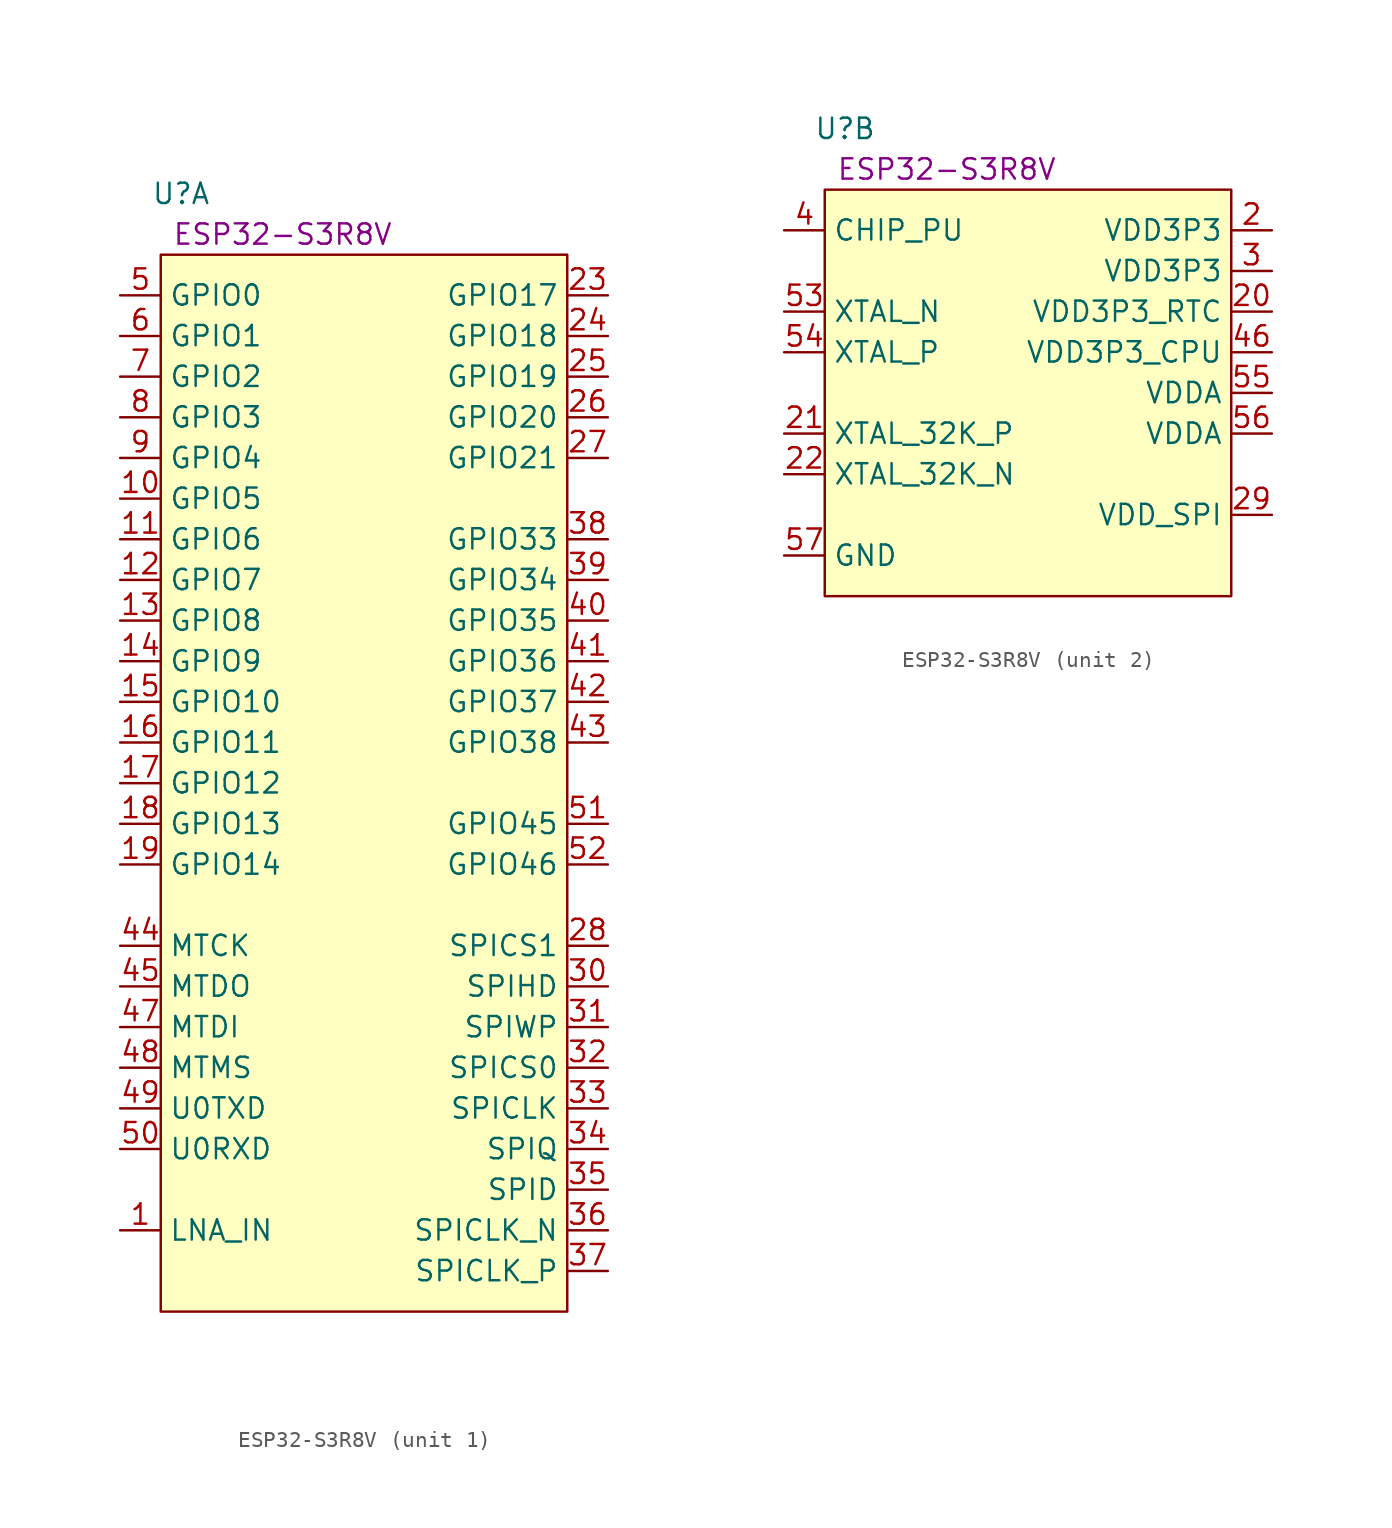
<source format=kicad_sym>
(kicad_symbol_lib
  (version 20211014)
  (generator kicad_symbol_editor)
  (symbol "ESP32-S3R8V"
    (property "Reference" "U"
      (at 3.81 6.35 0)
      (effects (font (size 1.27 1.27))))
    (property "P/N" "ESP32-S3R8V"
      (at 10.16 3.81 0)
      (effects (font (size 1.27 1.27))))
    (property "ki_locked" ""
      (at 0 0 0)
      (effects (font (size 1.27 1.27))))
    (symbol "ESP32-S3R8V_1_1"
      (rectangle (start 2.54 2.54) (end 27.94 -63.5) (stroke (width 0) (type default) (color 0 0 0 0)) (fill (type background)))
      (pin bidirectional line (at 0 -58.42 0) (length 2.54) (name "LNA_IN" (effects (font (size 1.27 1.27)))) (number "1" (effects (font (size 1.27 1.27)))))
      (pin bidirectional line (at 0 -12.7 0) (length 2.54) (name "GPIO5" (effects (font (size 1.27 1.27)))) (number "10" (effects (font (size 1.27 1.27)))))
      (pin bidirectional line (at 0 -15.24 0) (length 2.54) (name "GPIO6" (effects (font (size 1.27 1.27)))) (number "11" (effects (font (size 1.27 1.27)))))
      (pin bidirectional line (at 0 -17.78 0) (length 2.54) (name "GPIO7" (effects (font (size 1.27 1.27)))) (number "12" (effects (font (size 1.27 1.27)))))
      (pin bidirectional line (at 0 -20.32 0) (length 2.54) (name "GPIO8" (effects (font (size 1.27 1.27)))) (number "13" (effects (font (size 1.27 1.27)))))
      (pin bidirectional line (at 0 -22.86 0) (length 2.54) (name "GPIO9" (effects (font (size 1.27 1.27)))) (number "14" (effects (font (size 1.27 1.27)))))
      (pin bidirectional line (at 0 -25.4 0) (length 2.54) (name "GPIO10" (effects (font (size 1.27 1.27)))) (number "15" (effects (font (size 1.27 1.27)))))
      (pin bidirectional line (at 0 -27.94 0) (length 2.54) (name "GPIO11" (effects (font (size 1.27 1.27)))) (number "16" (effects (font (size 1.27 1.27)))))
      (pin bidirectional line (at 0 -30.48 0) (length 2.54) (name "GPIO12" (effects (font (size 1.27 1.27)))) (number "17" (effects (font (size 1.27 1.27)))))
      (pin bidirectional line (at 0 -33.02 0) (length 2.54) (name "GPIO13" (effects (font (size 1.27 1.27)))) (number "18" (effects (font (size 1.27 1.27)))))
      (pin bidirectional line (at 0 -35.56 0) (length 2.54) (name "GPIO14" (effects (font (size 1.27 1.27)))) (number "19" (effects (font (size 1.27 1.27)))))
      (pin bidirectional line (at 30.48 0 180) (length 2.54) (name "GPIO17" (effects (font (size 1.27 1.27)))) (number "23" (effects (font (size 1.27 1.27)))))
      (pin bidirectional line (at 30.48 -2.54 180) (length 2.54) (name "GPIO18" (effects (font (size 1.27 1.27)))) (number "24" (effects (font (size 1.27 1.27)))))
      (pin bidirectional line (at 30.48 -5.08 180) (length 2.54) (name "GPIO19" (effects (font (size 1.27 1.27)))) (number "25" (effects (font (size 1.27 1.27)))))
      (pin bidirectional line (at 30.48 -7.62 180) (length 2.54) (name "GPIO20" (effects (font (size 1.27 1.27)))) (number "26" (effects (font (size 1.27 1.27)))))
      (pin bidirectional line (at 30.48 -10.16 180) (length 2.54) (name "GPIO21" (effects (font (size 1.27 1.27)))) (number "27" (effects (font (size 1.27 1.27)))))
      (pin bidirectional line (at 30.48 -40.64 180) (length 2.54) (name "SPICS1" (effects (font (size 1.27 1.27)))) (number "28" (effects (font (size 1.27 1.27)))))
      (pin bidirectional line (at 30.48 -43.18 180) (length 2.54) (name "SPIHD" (effects (font (size 1.27 1.27)))) (number "30" (effects (font (size 1.27 1.27)))))
      (pin bidirectional line (at 30.48 -45.72 180) (length 2.54) (name "SPIWP" (effects (font (size 1.27 1.27)))) (number "31" (effects (font (size 1.27 1.27)))))
      (pin bidirectional line (at 30.48 -48.26 180) (length 2.54) (name "SPICS0" (effects (font (size 1.27 1.27)))) (number "32" (effects (font (size 1.27 1.27)))))
      (pin bidirectional line (at 30.48 -50.8 180) (length 2.54) (name "SPICLK" (effects (font (size 1.27 1.27)))) (number "33" (effects (font (size 1.27 1.27)))))
      (pin bidirectional line (at 30.48 -53.34 180) (length 2.54) (name "SPIQ" (effects (font (size 1.27 1.27)))) (number "34" (effects (font (size 1.27 1.27)))))
      (pin bidirectional line (at 30.48 -55.88 180) (length 2.54) (name "SPID" (effects (font (size 1.27 1.27)))) (number "35" (effects (font (size 1.27 1.27)))))
      (pin bidirectional line (at 30.48 -58.42 180) (length 2.54) (name "SPICLK_N" (effects (font (size 1.27 1.27)))) (number "36" (effects (font (size 1.27 1.27)))))
      (pin bidirectional line (at 30.48 -60.96 180) (length 2.54) (name "SPICLK_P" (effects (font (size 1.27 1.27)))) (number "37" (effects (font (size 1.27 1.27)))))
      (pin bidirectional line (at 30.48 -15.24 180) (length 2.54) (name "GPIO33" (effects (font (size 1.27 1.27)))) (number "38" (effects (font (size 1.27 1.27)))))
      (pin bidirectional line (at 30.48 -17.78 180) (length 2.54) (name "GPIO34" (effects (font (size 1.27 1.27)))) (number "39" (effects (font (size 1.27 1.27)))))
      (pin bidirectional line (at 30.48 -20.32 180) (length 2.54) (name "GPIO35" (effects (font (size 1.27 1.27)))) (number "40" (effects (font (size 1.27 1.27)))))
      (pin bidirectional line (at 30.48 -22.86 180) (length 2.54) (name "GPIO36" (effects (font (size 1.27 1.27)))) (number "41" (effects (font (size 1.27 1.27)))))
      (pin bidirectional line (at 30.48 -25.4 180) (length 2.54) (name "GPIO37" (effects (font (size 1.27 1.27)))) (number "42" (effects (font (size 1.27 1.27)))))
      (pin bidirectional line (at 30.48 -27.94 180) (length 2.54) (name "GPIO38" (effects (font (size 1.27 1.27)))) (number "43" (effects (font (size 1.27 1.27)))))
      (pin bidirectional line (at 0 -40.64 0) (length 2.54) (name "MTCK" (effects (font (size 1.27 1.27)))) (number "44" (effects (font (size 1.27 1.27)))))
      (pin bidirectional line (at 0 -43.18 0) (length 2.54) (name "MTDO" (effects (font (size 1.27 1.27)))) (number "45" (effects (font (size 1.27 1.27)))))
      (pin bidirectional line (at 0 -45.72 0) (length 2.54) (name "MTDI" (effects (font (size 1.27 1.27)))) (number "47" (effects (font (size 1.27 1.27)))))
      (pin bidirectional line (at 0 -48.26 0) (length 2.54) (name "MTMS" (effects (font (size 1.27 1.27)))) (number "48" (effects (font (size 1.27 1.27)))))
      (pin bidirectional line (at 0 -50.8 0) (length 2.54) (name "U0TXD" (effects (font (size 1.27 1.27)))) (number "49" (effects (font (size 1.27 1.27)))))
      (pin bidirectional line (at 0 0 0) (length 2.54) (name "GPIO0" (effects (font (size 1.27 1.27)))) (number "5" (effects (font (size 1.27 1.27)))))
      (pin bidirectional line (at 0 -53.34 0) (length 2.54) (name "U0RXD" (effects (font (size 1.27 1.27)))) (number "50" (effects (font (size 1.27 1.27)))))
      (pin bidirectional line (at 30.48 -33.02 180) (length 2.54) (name "GPIO45" (effects (font (size 1.27 1.27)))) (number "51" (effects (font (size 1.27 1.27)))))
      (pin bidirectional line (at 30.48 -35.56 180) (length 2.54) (name "GPIO46" (effects (font (size 1.27 1.27)))) (number "52" (effects (font (size 1.27 1.27)))))
      (pin bidirectional line (at 0 -2.54 0) (length 2.54) (name "GPIO1" (effects (font (size 1.27 1.27)))) (number "6" (effects (font (size 1.27 1.27)))))
      (pin bidirectional line (at 0 -5.08 0) (length 2.54) (name "GPIO2" (effects (font (size 1.27 1.27)))) (number "7" (effects (font (size 1.27 1.27)))))
      (pin bidirectional line (at 0 -7.62 0) (length 2.54) (name "GPIO3" (effects (font (size 1.27 1.27)))) (number "8" (effects (font (size 1.27 1.27)))))
      (pin bidirectional line (at 0 -10.16 0) (length 2.54) (name "GPIO4" (effects (font (size 1.27 1.27)))) (number "9" (effects (font (size 1.27 1.27))))))
    (symbol "ESP32-S3R8V_2_1"
      (rectangle (start 2.54 2.54) (end 27.94 -22.86) (stroke (width 0) (type default) (color 0 0 0 0)) (fill (type background)))
      (pin power_in line (at 30.48 0 180) (length 2.54) (name "VDD3P3" (effects (font (size 1.27 1.27)))) (number "2" (effects (font (size 1.27 1.27)))))
      (pin power_in line (at 30.48 -5.08 180) (length 2.54) (name "VDD3P3_RTC" (effects (font (size 1.27 1.27)))) (number "20" (effects (font (size 1.27 1.27)))))
      (pin bidirectional line (at 0 -12.7 0) (length 2.54) (name "XTAL_32K_P" (effects (font (size 1.27 1.27)))) (number "21" (effects (font (size 1.27 1.27)))))
      (pin bidirectional line (at 0 -15.24 0) (length 2.54) (name "XTAL_32K_N" (effects (font (size 1.27 1.27)))) (number "22" (effects (font (size 1.27 1.27)))))
      (pin power_in line (at 30.48 -17.78 180) (length 2.54) (name "VDD_SPI" (effects (font (size 1.27 1.27)))) (number "29" (effects (font (size 1.27 1.27)))))
      (pin power_in line (at 30.48 -2.54 180) (length 2.54) (name "VDD3P3" (effects (font (size 1.27 1.27)))) (number "3" (effects (font (size 1.27 1.27)))))
      (pin input line (at 0 0 0) (length 2.54) (name "CHIP_PU" (effects (font (size 1.27 1.27)))) (number "4" (effects (font (size 1.27 1.27)))))
      (pin power_in line (at 30.48 -7.62 180) (length 2.54) (name "VDD3P3_CPU" (effects (font (size 1.27 1.27)))) (number "46" (effects (font (size 1.27 1.27)))))
      (pin bidirectional line (at 0 -5.08 0) (length 2.54) (name "XTAL_N" (effects (font (size 1.27 1.27)))) (number "53" (effects (font (size 1.27 1.27)))))
      (pin bidirectional line (at 0 -7.62 0) (length 2.54) (name "XTAL_P" (effects (font (size 1.27 1.27)))) (number "54" (effects (font (size 1.27 1.27)))))
      (pin power_in line (at 30.48 -10.16 180) (length 2.54) (name "VDDA" (effects (font (size 1.27 1.27)))) (number "55" (effects (font (size 1.27 1.27)))))
      (pin power_in line (at 30.48 -12.7 180) (length 2.54) (name "VDDA" (effects (font (size 1.27 1.27)))) (number "56" (effects (font (size 1.27 1.27)))))
      (pin power_in line (at 0 -20.32 0) (length 2.54) (name "GND" (effects (font (size 1.27 1.27)))) (number "57" (effects (font (size 1.27 1.27))))))))
</source>
